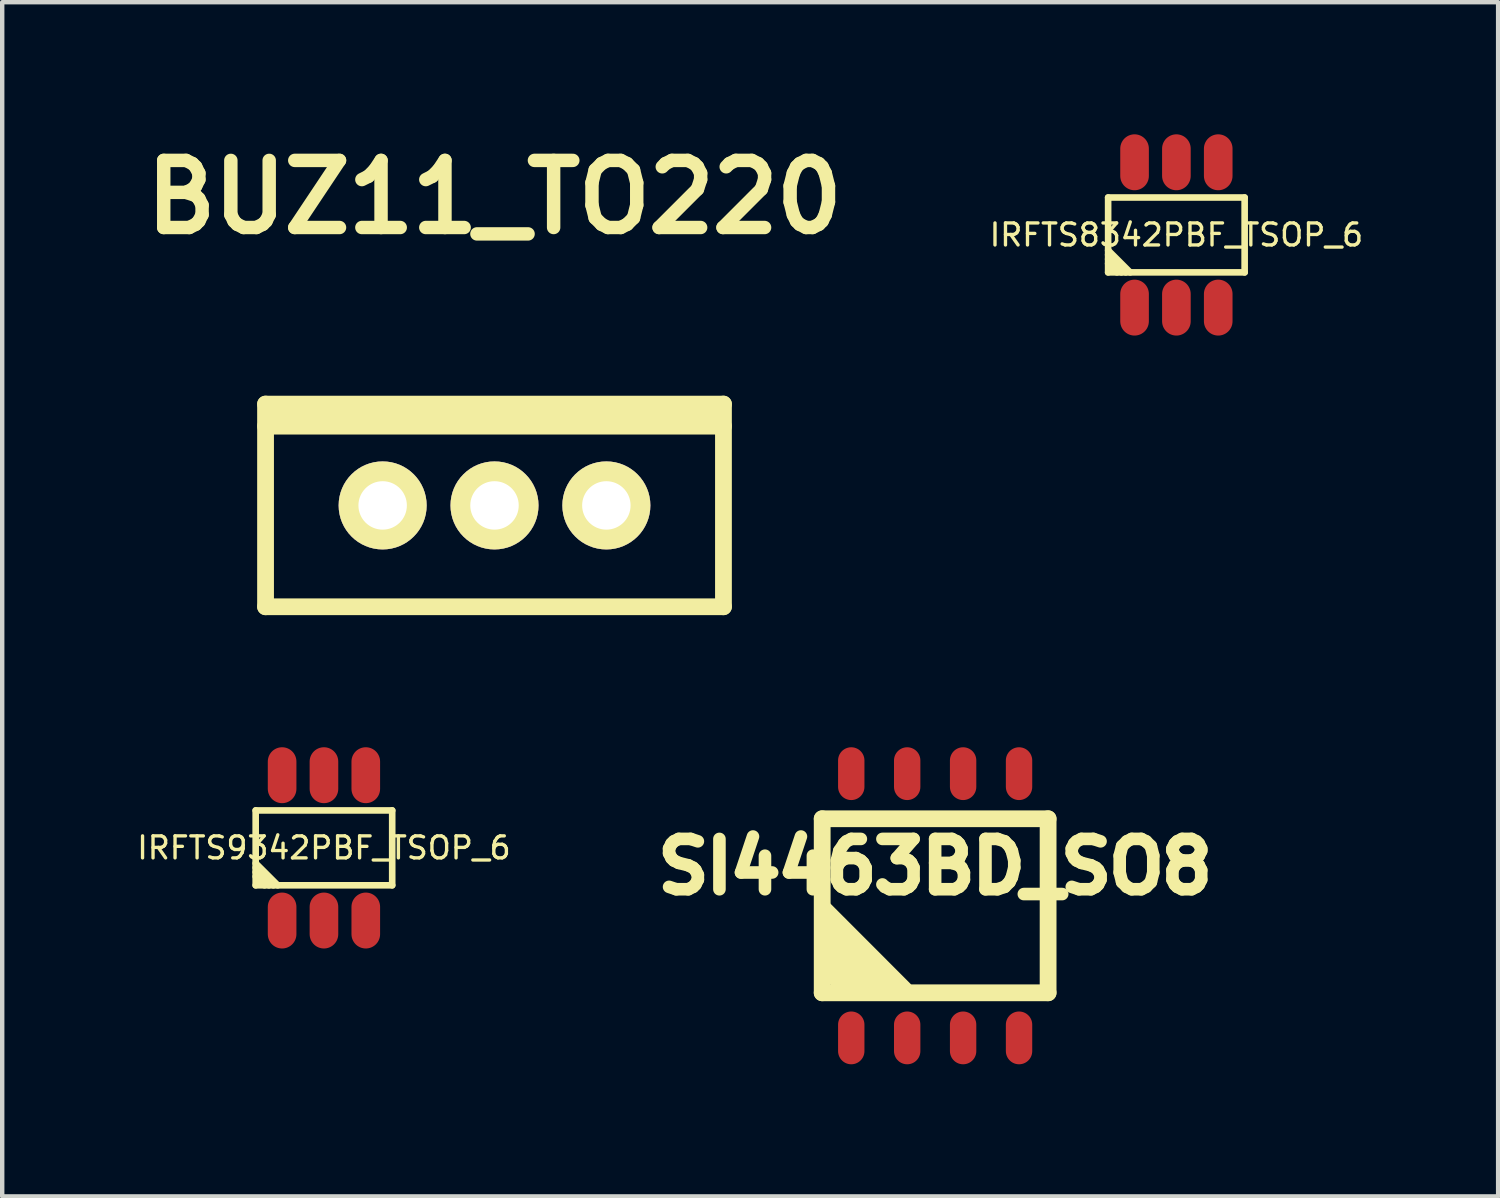
<source format=kicad_pcb>
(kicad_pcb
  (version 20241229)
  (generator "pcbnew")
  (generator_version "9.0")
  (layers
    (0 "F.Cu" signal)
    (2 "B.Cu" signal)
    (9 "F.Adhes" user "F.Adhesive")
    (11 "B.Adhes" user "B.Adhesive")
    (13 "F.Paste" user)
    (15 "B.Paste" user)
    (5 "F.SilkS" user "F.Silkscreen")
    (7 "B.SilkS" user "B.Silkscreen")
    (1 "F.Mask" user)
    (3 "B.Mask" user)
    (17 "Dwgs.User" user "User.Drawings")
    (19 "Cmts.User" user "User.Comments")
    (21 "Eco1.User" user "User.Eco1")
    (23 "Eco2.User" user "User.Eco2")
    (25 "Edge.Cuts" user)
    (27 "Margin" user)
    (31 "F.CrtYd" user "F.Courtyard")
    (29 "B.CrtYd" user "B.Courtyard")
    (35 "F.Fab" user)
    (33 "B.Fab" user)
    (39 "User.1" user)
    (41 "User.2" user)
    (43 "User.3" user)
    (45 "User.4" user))
  (footprint "BUZ11_TO220"
    (layer "F.Cu")
    (at 8.179 8.427)
    (property "Reference" "BUZ11_TO220" (at 0 -7 0) (layer "F.SilkS") (effects (font (size 1.524 1.524) (thickness 0.305))))
    (attr through_hole)
    (fp_line (start -5.199 -2.301) (end 5.199 -2.301) (stroke (width 0.381) (type solid)) (layer "F.SilkS"))
    (fp_line (start -5.199 -1.801) (end 5.199 -1.801) (stroke (width 0.381) (type solid)) (layer "F.SilkS"))
    (fp_line (start -5.199 2.301) (end -5.199 -2.301) (stroke (width 0.381) (type solid)) (layer "F.SilkS"))
    (fp_line (start 5.1 -2.101) (end -5.001 -2.101) (stroke (width 0.381) (type solid)) (layer "F.SilkS"))
    (fp_line (start 5.199 -2.301) (end 5.199 2.301) (stroke (width 0.381) (type solid)) (layer "F.SilkS"))
    (fp_line (start 5.199 2.301) (end -5.199 2.301) (stroke (width 0.381) (type solid)) (layer "F.SilkS"))
    (pad "D" thru_hole circle (at 0 0) (size 1.999 1.999) (drill 1.1) (layers "*.Cu" "*.Mask" "F.SilkS"))
    (pad "G" thru_hole circle (at -2.54 0) (size 1.999 1.999) (drill 1.1) (layers "*.Cu" "*.Mask" "F.SilkS"))
    (pad "S" thru_hole circle (at 2.54 0) (size 1.999 1.999) (drill 1.1) (layers "*.Cu" "*.Mask" "F.SilkS")))
  (footprint "SI4463BD_SO8"
    (layer "F.Cu")
    (at 18.185 17.518)
    (property "Reference" "SI4463BD_SO8" (at 0 -0.889 0) (layer "F.SilkS") (effects (font (size 1.143 1.143) (thickness 0.287))))
    (attr smd)
    (fp_line (start -2.565 -1.976) (end -2.565 1.976) (stroke (width 0.381) (type solid)) (layer "F.SilkS"))
    (fp_line (start -2.565 1.976) (end 2.565 1.976) (stroke (width 0.381) (type solid)) (layer "F.SilkS"))
    (fp_line (start -2.499 0.099) (end -0.701 1.9) (stroke (width 0.381) (type solid)) (layer "F.SilkS"))
    (fp_line (start -2.499 0.399) (end -1.001 1.9) (stroke (width 0.381) (type solid)) (layer "F.SilkS"))
    (fp_line (start -2.499 0.701) (end -1.4 1.801) (stroke (width 0.381) (type solid)) (layer "F.SilkS"))
    (fp_line (start -2.499 1.1) (end -1.699 1.9) (stroke (width 0.381) (type solid)) (layer "F.SilkS"))
    (fp_line (start -2.499 1.4) (end -1.999 1.9) (stroke (width 0.381) (type solid)) (layer "F.SilkS"))
    (fp_line (start 2.565 -1.976) (end -2.565 -1.976) (stroke (width 0.381) (type solid)) (layer "F.SilkS"))
    (fp_line (start 2.565 1.976) (end 2.565 -1.976) (stroke (width 0.381) (type solid)) (layer "F.SilkS"))
    (pad "D" smd oval (at -1.905 -3) (size 0.599 1.199) (layers "F.Cu" "F.Mask" "F.Paste"))
    (pad "D" smd oval (at -0.635 -3) (size 0.599 1.199) (layers "F.Cu" "F.Mask" "F.Paste"))
    (pad "D" smd oval (at 0.635 -3) (size 0.599 1.199) (layers "F.Cu" "F.Mask" "F.Paste"))
    (pad "D" smd oval (at 1.905 -3) (size 0.599 1.199) (layers "F.Cu" "F.Mask" "F.Paste"))
    (pad "G" smd oval (at 1.905 3) (size 0.599 1.199) (layers "F.Cu" "F.Mask" "F.Paste"))
    (pad "S" smd oval (at -1.905 3) (size 0.599 1.199) (layers "F.Cu" "F.Mask" "F.Paste"))
    (pad "S" smd oval (at -0.635 3) (size 0.599 1.199) (layers "F.Cu" "F.Mask" "F.Paste"))
    (pad "S" smd oval (at 0.635 3) (size 0.599 1.199) (layers "F.Cu" "F.Mask" "F.Paste")))
  (footprint "IRFTS8342PBF_TSOP_6"
    (layer "F.Cu")
    (at 23.663 2.285)
    (property "Reference" "IRFTS8342PBF_TSOP_6" (at 0 0 0) (layer "F.SilkS") (effects (font (size 0.5 0.5) (thickness 0.076))))
    (attr through_hole)
    (fp_line (start -1.55 -0.85) (end -1.55 0.85) (stroke (width 0.15) (type solid)) (layer "F.SilkS"))
    (fp_line (start -1.55 0.35) (end -1.05 0.85) (stroke (width 0.15) (type solid)) (layer "F.SilkS"))
    (fp_line (start -1.55 0.45) (end -1.15 0.85) (stroke (width 0.15) (type solid)) (layer "F.SilkS"))
    (fp_line (start -1.55 0.55) (end -1.25 0.85) (stroke (width 0.15) (type solid)) (layer "F.SilkS"))
    (fp_line (start -1.55 0.65) (end -1.35 0.85) (stroke (width 0.15) (type solid)) (layer "F.SilkS"))
    (fp_line (start -1.55 0.85) (end 1.55 0.85) (stroke (width 0.15) (type solid)) (layer "F.SilkS"))
    (fp_line (start -1.54 0.7) (end -1.43 0.81) (stroke (width 0.15) (type solid)) (layer "F.SilkS"))
    (fp_line (start 1.55 -0.85) (end -1.55 -0.85) (stroke (width 0.15) (type solid)) (layer "F.SilkS"))
    (fp_line (start 1.55 0.85) (end 1.55 -0.85) (stroke (width 0.15) (type solid)) (layer "F.SilkS"))
    (pad "D" smd oval (at -0.95 -1.65) (size 0.65 1.27) (layers "F.Cu" "F.Mask" "F.Paste"))
    (pad "D" smd oval (at -0.95 1.65) (size 0.65 1.27) (layers "F.Cu" "F.Mask" "F.Paste"))
    (pad "D" smd oval (at 0 -1.65) (size 0.65 1.27) (layers "F.Cu" "F.Mask" "F.Paste"))
    (pad "D" smd oval (at 0 1.65) (size 0.65 1.27) (layers "F.Cu" "F.Mask" "F.Paste"))
    (pad "G" smd oval (at 0.95 1.65) (size 0.65 1.27) (layers "F.Cu" "F.Mask" "F.Paste"))
    (pad "S" smd oval (at 0.95 -1.65) (size 0.65 1.27) (layers "F.Cu" "F.Mask" "F.Paste")))
  (footprint "IRFTS9342PBF_TSOP_6"
    (layer "F.Cu")
    (at 4.306 16.203)
    (property "Reference" "IRFTS9342PBF_TSOP_6" (at 0 0 0) (layer "F.SilkS") (effects (font (size 0.5 0.5) (thickness 0.076))))
    (attr through_hole)
    (fp_line (start -1.55 -0.85) (end -1.55 0.85) (stroke (width 0.15) (type solid)) (layer "F.SilkS"))
    (fp_line (start -1.55 0.35) (end -1.05 0.85) (stroke (width 0.15) (type solid)) (layer "F.SilkS"))
    (fp_line (start -1.55 0.45) (end -1.15 0.85) (stroke (width 0.15) (type solid)) (layer "F.SilkS"))
    (fp_line (start -1.55 0.55) (end -1.25 0.85) (stroke (width 0.15) (type solid)) (layer "F.SilkS"))
    (fp_line (start -1.55 0.65) (end -1.35 0.85) (stroke (width 0.15) (type solid)) (layer "F.SilkS"))
    (fp_line (start -1.55 0.85) (end 1.55 0.85) (stroke (width 0.15) (type solid)) (layer "F.SilkS"))
    (fp_line (start -1.53 0.69) (end -1.42 0.8) (stroke (width 0.15) (type solid)) (layer "F.SilkS"))
    (fp_line (start 1.55 -0.85) (end -1.55 -0.85) (stroke (width 0.15) (type solid)) (layer "F.SilkS"))
    (fp_line (start 1.55 0.85) (end 1.55 -0.85) (stroke (width 0.15) (type solid)) (layer "F.SilkS"))
    (pad "D" smd oval (at -0.95 -1.65) (size 0.65 1.27) (layers "F.Cu" "F.Mask" "F.Paste"))
    (pad "D" smd oval (at -0.95 1.65) (size 0.65 1.27) (layers "F.Cu" "F.Mask" "F.Paste"))
    (pad "D" smd oval (at 0 -1.65) (size 0.65 1.27) (layers "F.Cu" "F.Mask" "F.Paste"))
    (pad "D" smd oval (at 0 1.65) (size 0.65 1.27) (layers "F.Cu" "F.Mask" "F.Paste"))
    (pad "G" smd oval (at 0.95 1.65) (size 0.65 1.27) (layers "F.Cu" "F.Mask" "F.Paste"))
    (pad "S" smd oval (at 0.95 -1.65) (size 0.65 1.27) (layers "F.Cu" "F.Mask" "F.Paste")))
  (gr_rect
    (start -3 -3)
    (end 30.969 24.117)
    (stroke (width 0.1) (type default))
    (fill no)
    (layer "Edge.Cuts")))
</source>
